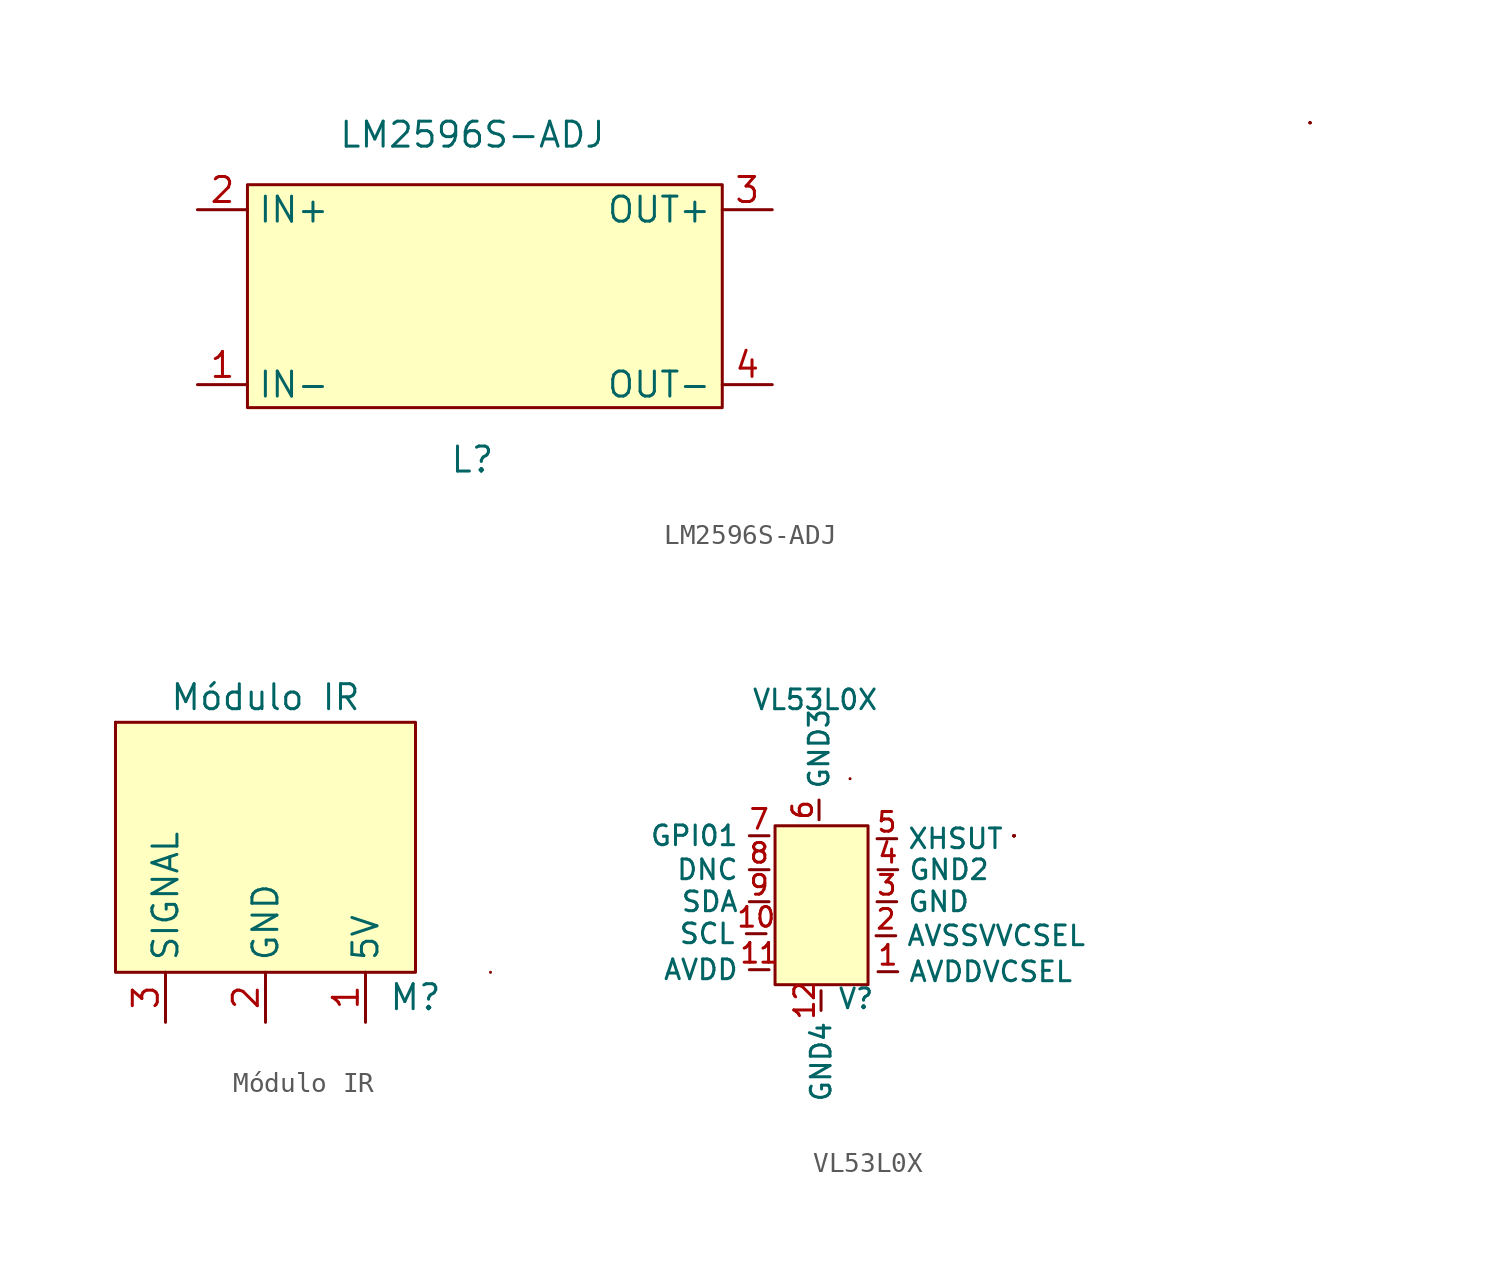
<source format=kicad_sym>
(kicad_symbol_lib
  (version 20211014)
  (generator kicad_symbol_editor)
  (symbol "LM2596S-ADJ"
    (property "Reference" "L"
      (at 0 -8.89 0)
      (effects (font (size 1.27 1.27))))
    (property "Value" "LM2596S-ADJ"
      (at 0 7.62 0)
      (effects (font (size 1.27 1.27))))
    (symbol "LM2596S-ADJ_0_1"
      (rectangle (start -11.43 5.08) (end 12.7 -6.248) (stroke (width 0) (type default) (color 0 0 0 0)) (fill (type background)))
      (rectangle (start 42.57 8.23) (end 42.57 8.23) (stroke (width 0) (type default) (color 0 0 0 0)) (fill (type none)))
      (rectangle (start 42.57 8.23) (end 42.57 8.23) (stroke (width 0) (type default) (color 0 0 0 0)) (fill (type none)))
      (rectangle (start 42.57 8.23) (end 42.57 8.23) (stroke (width 0) (type default) (color 0 0 0 0)) (fill (type none)))
      (rectangle (start 42.57 8.23) (end 42.57 8.23) (stroke (width 0) (type default) (color 0 0 0 0)) (fill (type none)))
      (rectangle (start 42.57 8.23) (end 42.57 8.23) (stroke (width 0) (type default) (color 0 0 0 0)) (fill (type none))))
    (symbol "LM2596S-ADJ_1_1"
      (pin passive line (at -13.97 -5.08 0) (length 2.54) (name "IN-" (effects (font (size 1.27 1.27)))) (number "1" (effects (font (size 1.27 1.27)))))
      (pin power_in line (at -13.97 3.81 0) (length 2.54) (name "IN+" (effects (font (size 1.27 1.27)))) (number "2" (effects (font (size 1.27 1.27)))))
      (pin power_out line (at 15.24 3.81 180) (length 2.54) (name "OUT+" (effects (font (size 1.27 1.27)))) (number "3" (effects (font (size 1.27 1.27)))))
      (pin power_out line (at 15.24 -5.08 180) (length 2.54) (name "OUT-" (effects (font (size 1.27 1.27)))) (number "4" (effects (font (size 1.27 1.27)))))))
  (symbol "Módulo IR"
    (property "Reference" "M"
      (at 7.62 -7.62 0)
      (effects (font (size 1.27 1.27))))
    (property "Value" "Módulo IR"
      (at 0 7.62 0)
      (effects (font (size 1.27 1.27))))
    (symbol "Módulo IR_0_1"
      (rectangle (start -7.62 6.35) (end -7.62 6.35) (stroke (width 0) (type default) (color 0 0 0 0)) (fill (type none)))
      (rectangle (start -7.62 6.35) (end 7.62 -6.35) (stroke (width 0) (type default) (color 0 0 0 0)) (fill (type background)))
      (rectangle (start 11.43 -6.35) (end 11.43 -6.35) (stroke (width 0) (type default) (color 0 0 0 0)) (fill (type none))))
    (symbol "Módulo IR_1_1"
      (pin power_in line (at 5.08 -8.89 90) (length 2.54) (name "5V" (effects (font (size 1.27 1.27)))) (number "1" (effects (font (size 1.27 1.27)))))
      (pin power_in line (at 0 -8.89 90) (length 2.54) (name "GND" (effects (font (size 1.27 1.27)))) (number "2" (effects (font (size 1.27 1.27)))))
      (pin output line (at -5.08 -8.89 90) (length 2.54) (name "SIGNAL" (effects (font (size 1.27 1.27)))) (number "3" (effects (font (size 1.27 1.27)))))))
  (symbol "VL53L0X"
    (property "Reference" "V"
      (at 0.305 -4.826 0)
      (effects (font (size 1 1))))
    (property "Value" "VL53L0X"
      (at -1.778 10.363 0)
      (effects (font (size 1 1))))
    (symbol "VL53L0X_0_1"
      (rectangle (start -3.81 3.962) (end 0.914 -4.115) (stroke (width 0) (type default) (color 0 0 0 0)) (fill (type background)))
      (rectangle (start 0 6.35) (end 0 6.35) (stroke (width 0) (type default) (color 0 0 0 0)) (fill (type none)))
      (rectangle (start 8.331 3.454) (end 8.331 3.454) (stroke (width 0) (type default) (color 0 0 0 0)) (fill (type none)))
      (rectangle (start 8.331 3.454) (end 8.331 3.454) (stroke (width 0) (type default) (color 0 0 0 0)) (fill (type none)))
      (rectangle (start 8.331 3.454) (end 8.331 3.454) (stroke (width 0) (type default) (color 0 0 0 0)) (fill (type none)))
      (rectangle (start 8.331 3.454) (end 8.331 3.454) (stroke (width 0) (type default) (color 0 0 0 0)) (fill (type none)))
      (rectangle (start 8.331 3.454) (end 8.331 3.454) (stroke (width 0) (type default) (color 0 0 0 0)) (fill (type none)))
      (rectangle (start 8.331 3.454) (end 8.331 3.454) (stroke (width 0) (type default) (color 0 0 0 0)) (fill (type none)))
      (rectangle (start 8.331 3.454) (end 8.331 3.454) (stroke (width 0) (type default) (color 0 0 0 0)) (fill (type none)))
      (rectangle (start 8.331 3.454) (end 8.331 3.454) (stroke (width 0) (type default) (color 0 0 0 0)) (fill (type none)))
      (rectangle (start 8.331 3.454) (end 8.331 3.454) (stroke (width 0) (type default) (color 0 0 0 0)) (fill (type none)))
      (rectangle (start 8.331 3.454) (end 8.331 3.454) (stroke (width 0) (type default) (color 0 0 0 0)) (fill (type none)))
      (rectangle (start 8.331 3.454) (end 8.331 3.454) (stroke (width 0) (type default) (color 0 0 0 0)) (fill (type none)))
      (rectangle (start 8.331 3.454) (end 8.331 3.454) (stroke (width 0) (type default) (color 0 0 0 0)) (fill (type outline)))
      (rectangle (start 8.331 3.454) (end 8.331 3.454) (stroke (width 0) (type default) (color 0 0 0 0)) (fill (type background)))
      (rectangle (start 8.331 3.454) (end 8.331 3.454) (stroke (width 0) (type default) (color 0 0 0 0)) (fill (type background)))
      (rectangle (start 8.331 3.454) (end 8.331 3.454) (stroke (width 0) (type default) (color 0 0 0 0)) (fill (type background))))
    (symbol "VL53L0X_1_1"
      (pin input line (at 1.422 -3.454 0) (length 1) (name "AVDDVCSEL" (effects (font (size 1 1)))) (number "1" (effects (font (size 1 1)))))
      (pin input line (at -4.267 -1.524 180) (length 1) (name "SCL" (effects (font (size 1 1)))) (number "10" (effects (font (size 1 1)))))
      (pin input line (at -4.115 -3.353 180) (length 1) (name "AVDD" (effects (font (size 1 1)))) (number "11" (effects (font (size 1 1)))))
      (pin input line (at -1.473 -4.42 270) (length 1) (name "GND4" (effects (font (size 1 1)))) (number "12" (effects (font (size 1 1)))))
      (pin input line (at 1.321 -1.626 0) (length 1) (name "AVSSVVCSEL" (effects (font (size 1 1)))) (number "2" (effects (font (size 1 1)))))
      (pin input line (at 1.372 0.102 0) (length 1) (name "GND" (effects (font (size 1 1)))) (number "3" (effects (font (size 1 1)))))
      (pin input line (at 1.422 1.727 0) (length 1) (name "GND2" (effects (font (size 1 1)))) (number "4" (effects (font (size 1 1)))))
      (pin input line (at 1.372 3.302 0) (length 1) (name "XHSUT" (effects (font (size 1 1)))) (number "5" (effects (font (size 1 1)))))
      (pin input line (at -1.575 4.267 90) (length 1) (name "GND3" (effects (font (size 1 1)))) (number "6" (effects (font (size 1 1)))))
      (pin output line (at -4.115 3.454 180) (length 1) (name "GPI01" (effects (font (size 1 1)))) (number "7" (effects (font (size 1 1)))))
      (pin input line (at -4.115 1.727 180) (length 1) (name "DNC" (effects (font (size 1 1)))) (number "8" (effects (font (size 1 1)))))
      (pin bidirectional line (at -4.115 0.102 180) (length 1) (name "SDA" (effects (font (size 1 1)))) (number "9" (effects (font (size 1 1))))))))
</source>
